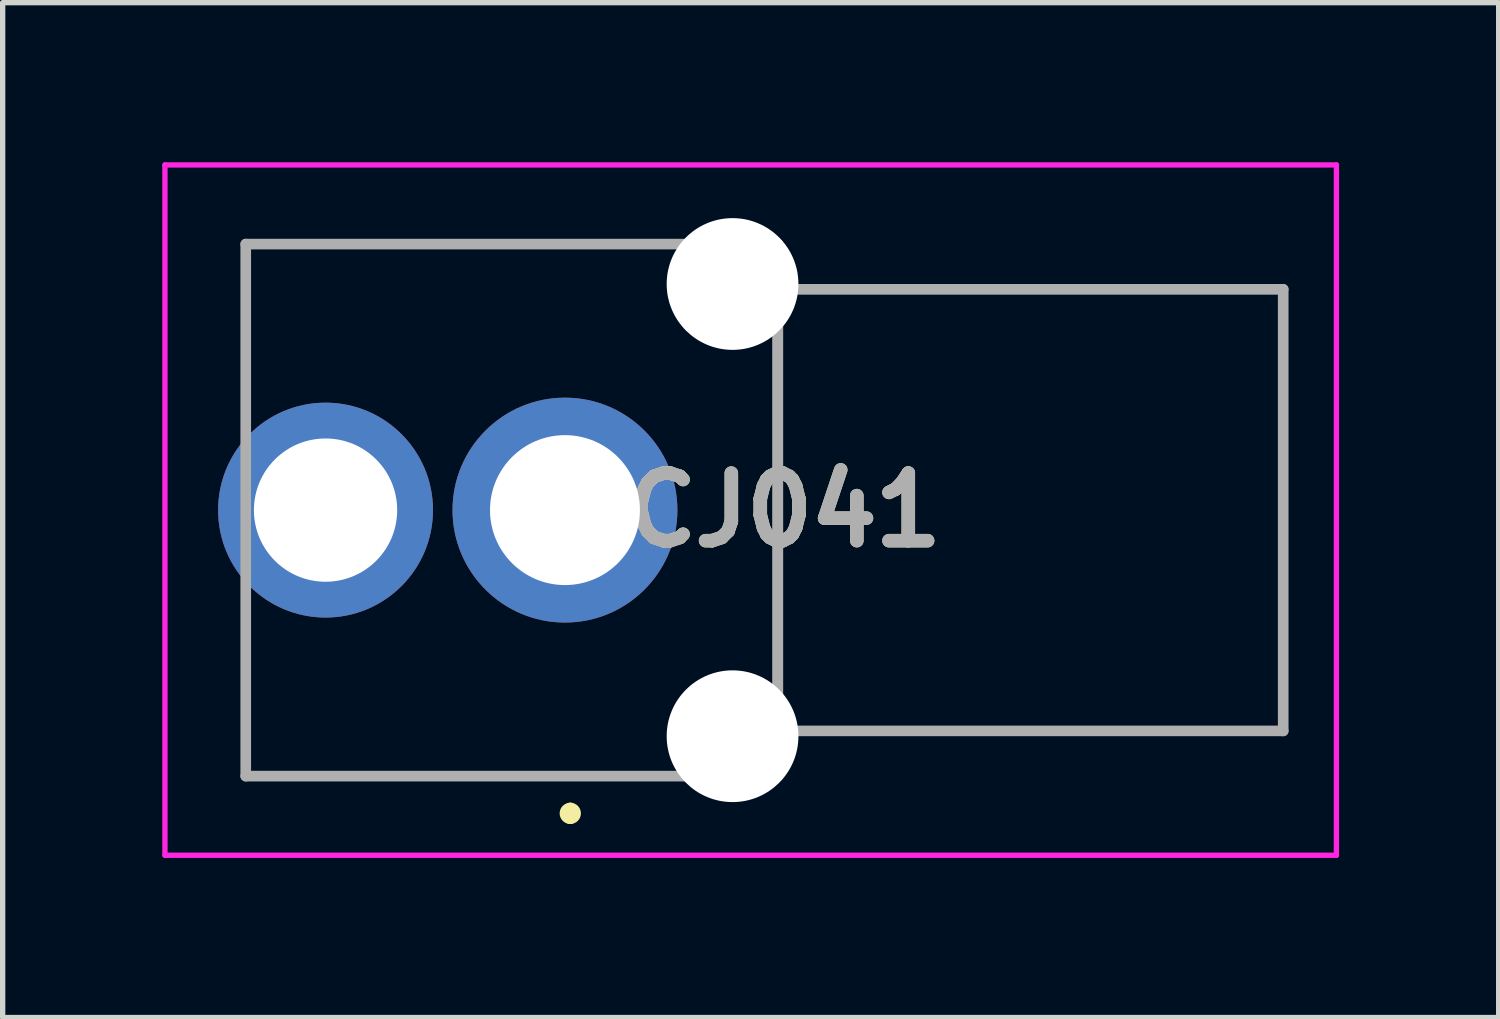
<source format=kicad_pcb>
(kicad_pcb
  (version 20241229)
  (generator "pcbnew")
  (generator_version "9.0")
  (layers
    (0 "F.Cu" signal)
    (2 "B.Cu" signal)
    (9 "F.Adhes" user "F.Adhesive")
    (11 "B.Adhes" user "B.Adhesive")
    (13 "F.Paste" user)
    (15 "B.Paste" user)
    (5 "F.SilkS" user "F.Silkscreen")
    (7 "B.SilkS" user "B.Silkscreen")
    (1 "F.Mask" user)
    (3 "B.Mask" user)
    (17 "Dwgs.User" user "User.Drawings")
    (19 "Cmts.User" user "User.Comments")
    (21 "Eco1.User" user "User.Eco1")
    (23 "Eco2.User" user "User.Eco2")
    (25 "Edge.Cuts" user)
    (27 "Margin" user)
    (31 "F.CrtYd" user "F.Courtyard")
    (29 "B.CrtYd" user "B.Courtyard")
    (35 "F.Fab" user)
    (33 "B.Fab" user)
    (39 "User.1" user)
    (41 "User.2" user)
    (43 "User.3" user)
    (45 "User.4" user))
  (footprint "RCJ041"
    (layer "F.Cu")
    (at 7.569 6.538)
    (property "Reference" "RCJ041" (at 3.49 0 0) (layer "F.SilkS") (effects (font (size 1.27 1.27) (thickness 0.254))))
    (attr through_hole)
    (fp_line (start -6 -5) (end 1.5 -5) (stroke (width 0.1) (type solid)) (layer "F.SilkS"))
    (fp_line (start -6 -2.5) (end -6 -5) (stroke (width 0.1) (type solid)) (layer "F.SilkS"))
    (fp_line (start -6 2.5) (end -6 5) (stroke (width 0.1) (type solid)) (layer "F.SilkS"))
    (fp_line (start -6 5) (end 1.5 5) (stroke (width 0.1) (type solid)) (layer "F.SilkS"))
    (fp_line (start 0.1 5.6) (end 0.1 5.6) (stroke (width 0.2) (type solid)) (layer "F.SilkS"))
    (fp_line (start 0.1 5.8) (end 0.1 5.8) (stroke (width 0.2) (type solid)) (layer "F.SilkS"))
    (fp_line (start 4 2) (end 4 -2) (stroke (width 0.1) (type solid)) (layer "F.SilkS"))
    (fp_arc (start 0.1 5.6) (mid 0.2 5.7) (end 0.1 5.8) (stroke (width 0.2) (type solid)) (layer "F.SilkS"))
    (fp_arc (start 0.1 5.8) (mid 0 5.7) (end 0.1 5.6) (stroke (width 0.2) (type solid)) (layer "F.SilkS"))
    (fp_line (start -7.519 -6.488) (end 14.5 -6.488) (stroke (width 0.1) (type solid)) (layer "F.CrtYd"))
    (fp_line (start -7.519 6.488) (end -7.519 -6.488) (stroke (width 0.1) (type solid)) (layer "F.CrtYd"))
    (fp_line (start 14.5 -6.488) (end 14.5 6.488) (stroke (width 0.1) (type solid)) (layer "F.CrtYd"))
    (fp_line (start 14.5 6.488) (end -7.519 6.488) (stroke (width 0.1) (type solid)) (layer "F.CrtYd"))
    (fp_line (start -6 -5) (end 4 -5) (stroke (width 0.2) (type solid)) (layer "F.Fab"))
    (fp_line (start -6 5) (end -6 -5) (stroke (width 0.2) (type solid)) (layer "F.Fab"))
    (fp_line (start 4 -5) (end 4 5) (stroke (width 0.2) (type solid)) (layer "F.Fab"))
    (fp_line (start 4 -4.15) (end 4 4.15) (stroke (width 0.2) (type solid)) (layer "F.Fab"))
    (fp_line (start 4 4.15) (end 13.5 4.15) (stroke (width 0.2) (type solid)) (layer "F.Fab"))
    (fp_line (start 4 5) (end -6 5) (stroke (width 0.2) (type solid)) (layer "F.Fab"))
    (fp_line (start 13.5 -4.15) (end 4 -4.15) (stroke (width 0.2) (type solid)) (layer "F.Fab"))
    (fp_line (start 13.5 4.15) (end 13.5 -4.15) (stroke (width 0.2) (type solid)) (layer "F.Fab"))
    (fp_text user "${REFERENCE}" (at 3.49 0 0) (layer "F.Fab") (effects (font (size 1.27 1.27) (thickness 0.254))))
    (pad "" np_thru_hole circle (at 3.15 -4.25) (size 2.476 2.476) (drill 2.476) (layers "*.Cu" "*.Mask"))
    (pad "" np_thru_hole circle (at 3.15 4.25) (size 2.476 2.476) (drill 2.476) (layers "*.Cu" "*.Mask"))
    (pad "1" thru_hole circle (at 0 0) (size 4.227 4.227) (drill 2.818) (layers "*.Cu" "*.Mask"))
    (pad "2" thru_hole circle (at -4.5 0) (size 4.039 4.039) (drill 2.693) (layers "*.Cu" "*.Mask")))
  (gr_rect
    (start -3 -3)
    (end 25.119 16.076)
    (stroke (width 0.1) (type default))
    (fill no)
    (layer "Edge.Cuts")))
</source>
